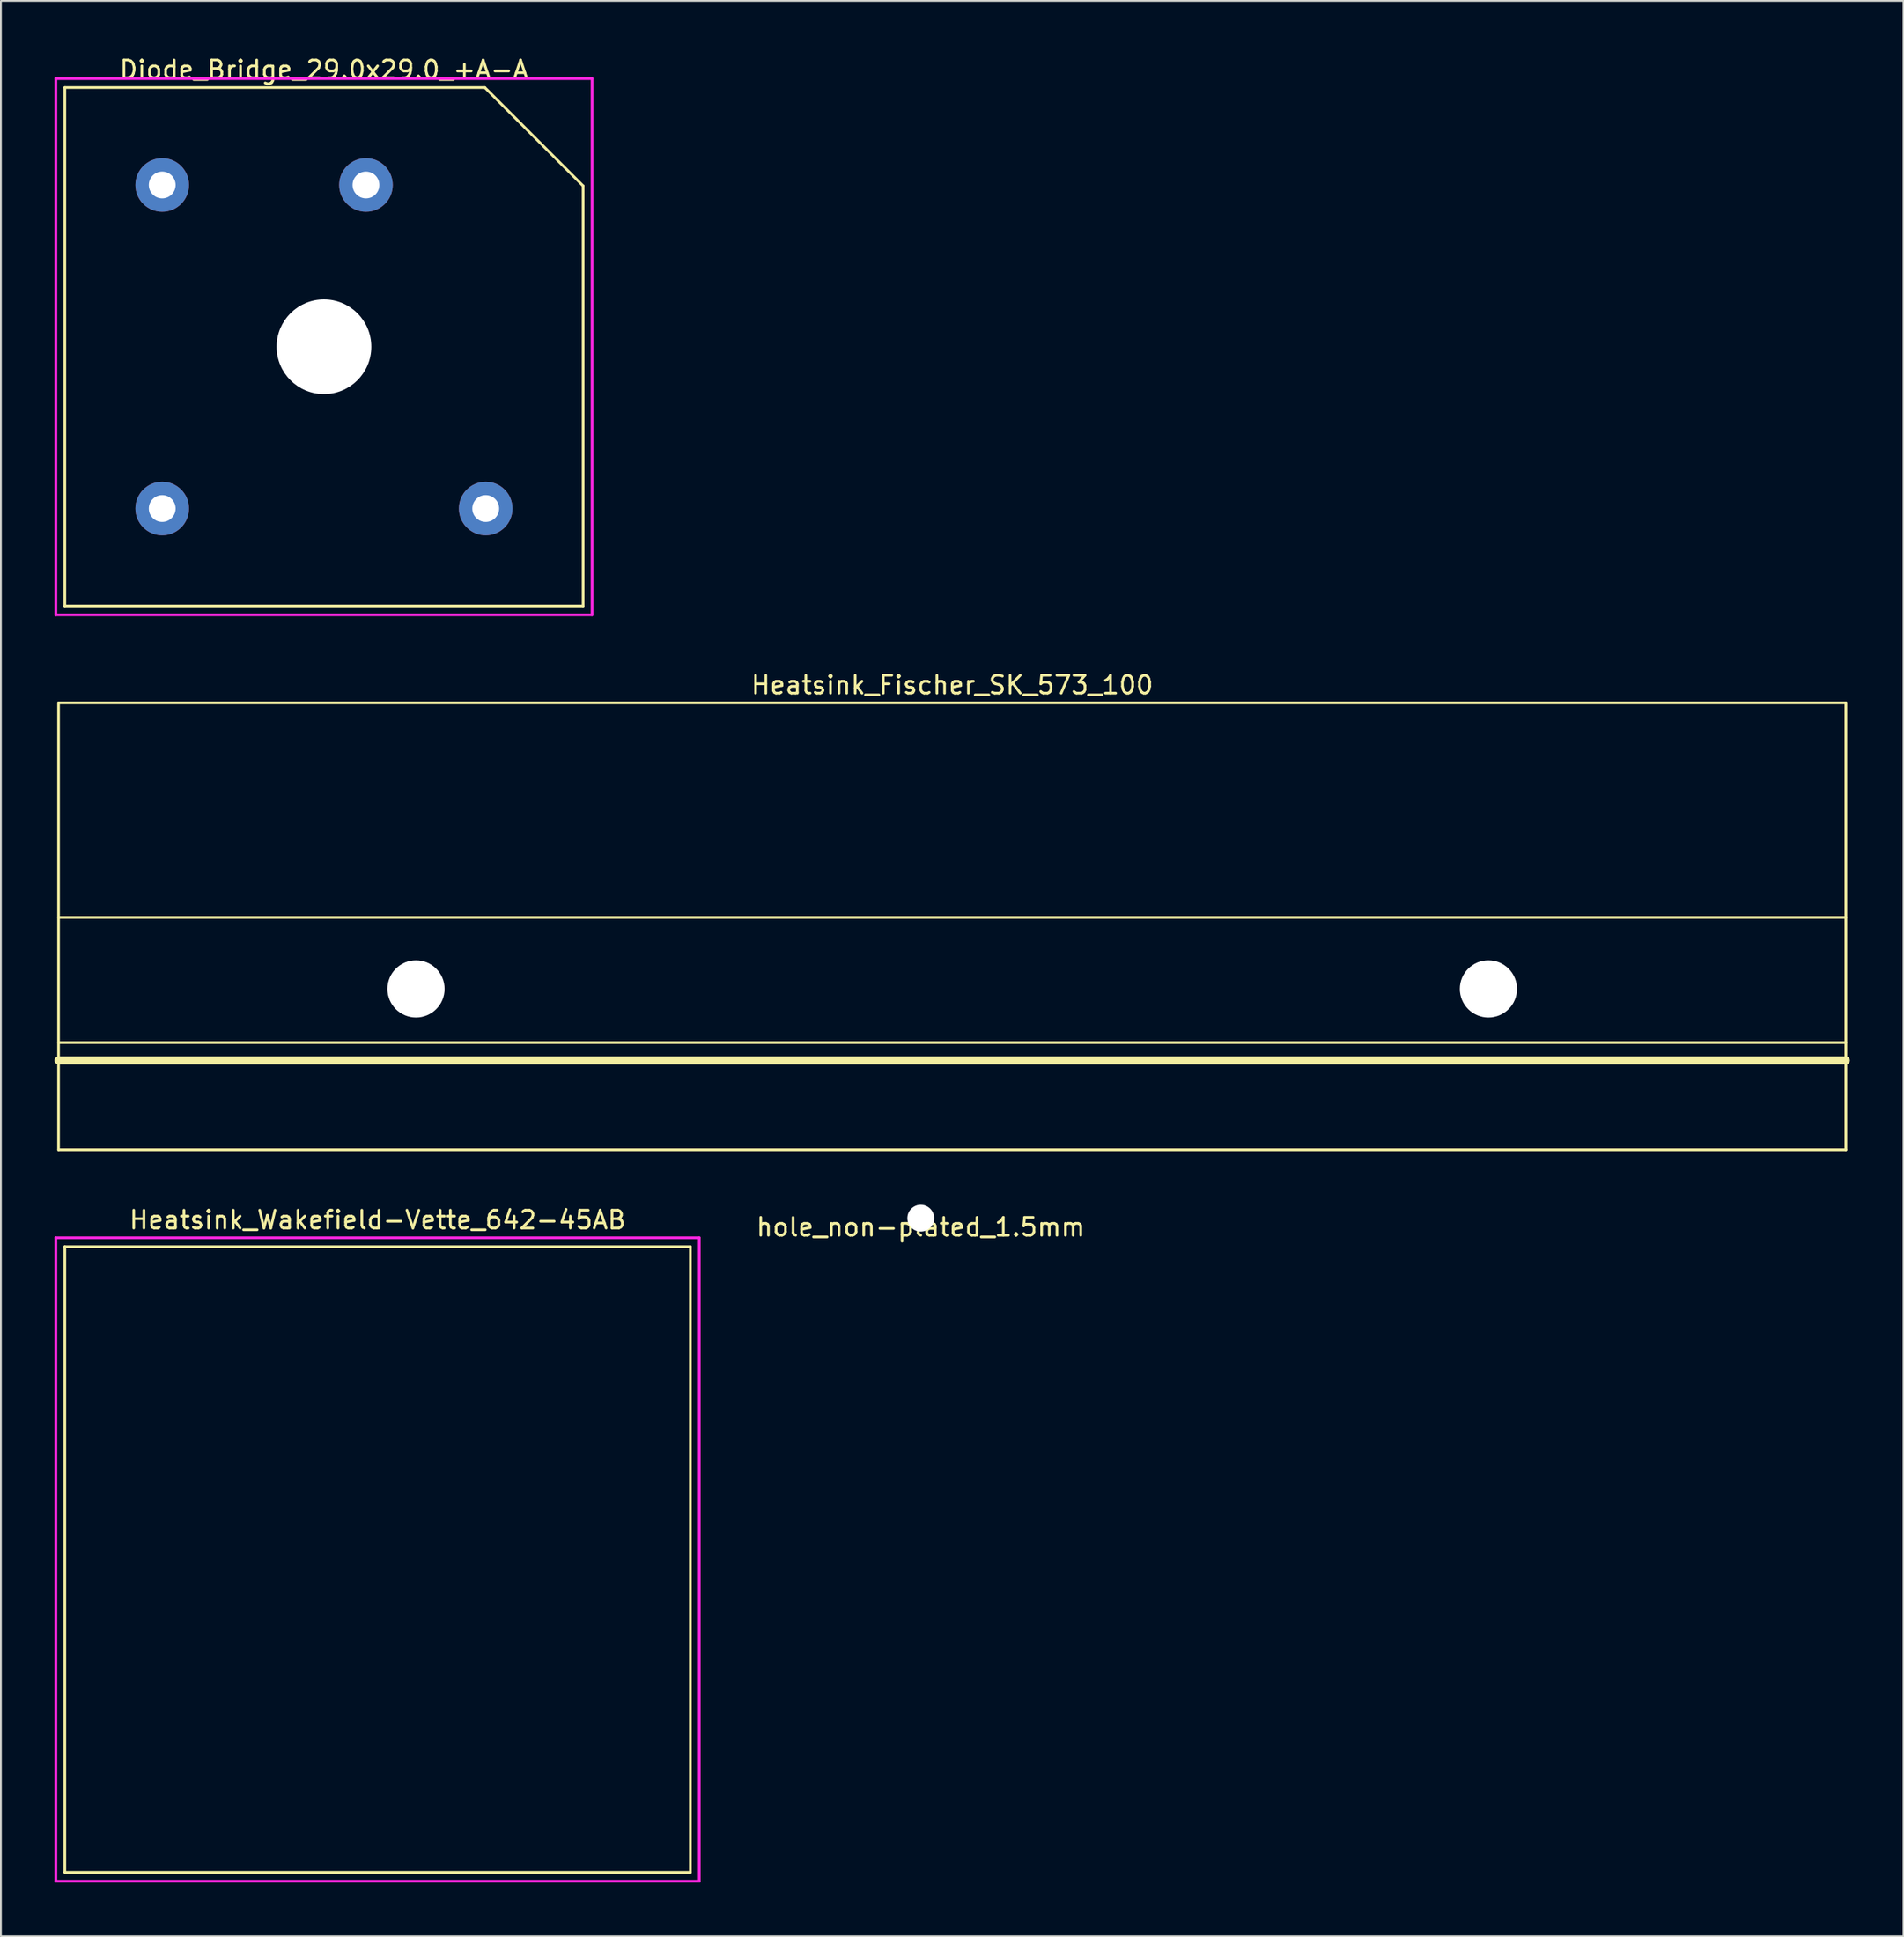
<source format=kicad_pcb>
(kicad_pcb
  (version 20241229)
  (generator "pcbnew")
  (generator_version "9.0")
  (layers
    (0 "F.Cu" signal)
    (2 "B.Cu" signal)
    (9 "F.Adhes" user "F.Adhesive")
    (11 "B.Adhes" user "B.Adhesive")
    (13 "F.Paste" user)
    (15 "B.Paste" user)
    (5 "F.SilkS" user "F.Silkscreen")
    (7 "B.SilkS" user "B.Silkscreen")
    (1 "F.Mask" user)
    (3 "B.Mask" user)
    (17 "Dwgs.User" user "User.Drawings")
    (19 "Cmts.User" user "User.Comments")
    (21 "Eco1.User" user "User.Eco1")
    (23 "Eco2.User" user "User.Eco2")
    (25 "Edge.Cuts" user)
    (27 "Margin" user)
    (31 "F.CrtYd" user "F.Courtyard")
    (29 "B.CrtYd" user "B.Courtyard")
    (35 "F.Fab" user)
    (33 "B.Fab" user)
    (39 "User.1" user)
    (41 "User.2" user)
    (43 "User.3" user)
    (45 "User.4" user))
  (footprint "Heatsink_Wakefield-Vette_642-45AB"
    (layer "F.Cu")
    (at 18.075 84.195)
    (property "Reference" "Heatsink_Wakefield-Vette_642-45AB" (at 0 -19 0) (layer "F.SilkS") (effects (font (size 1 1) (thickness 0.15))))
    (attr through_hole)
    (fp_line (start -17.5 -17.5) (end 17.5 -17.5) (stroke (width 0.15) (type solid)) (layer "F.SilkS"))
    (fp_line (start -17.5 17.5) (end -17.5 -17.5) (stroke (width 0.15) (type solid)) (layer "F.SilkS"))
    (fp_line (start 17.5 -17.5) (end 17.5 17.5) (stroke (width 0.15) (type solid)) (layer "F.SilkS"))
    (fp_line (start 17.5 17.5) (end -17.5 17.5) (stroke (width 0.15) (type solid)) (layer "F.SilkS"))
    (fp_line (start -18 -18) (end 18 -18) (stroke (width 0.15) (type solid)) (layer "F.CrtYd"))
    (fp_line (start -18 18) (end -18 -18) (stroke (width 0.15) (type solid)) (layer "F.CrtYd"))
    (fp_line (start 18 -18) (end 18 18) (stroke (width 0.15) (type solid)) (layer "F.CrtYd"))
    (fp_line (start 18 18) (end -18 18) (stroke (width 0.15) (type solid)) (layer "F.CrtYd")))
  (footprint "hole_non-plated_1.5mm"
    (layer "F.Cu")
    (at 48.465 65.097)
    (property "Reference" "hole_non-plated_1.5mm" (at 0 0.5 0) (layer "F.SilkS") (effects (font (size 1 1) (thickness 0.15))))
    (attr through_hole)
    (pad "" np_thru_hole circle (at 0 0) (size 1.5 1.5) (drill 1.5) (layers "*.Cu" "*.Mask")))
  (footprint "Heatsink_Fischer_SK_573_100"
    (layer "F.Cu")
    (at 50.225 52.272)
    (property "Reference" "Heatsink_Fischer_SK_573_100" (at 0 -17 0) (layer "F.SilkS") (effects (font (size 1 1) (thickness 0.15))))
    (attr through_hole)
    (fp_line (start -50 -16) (end -50 9) (stroke (width 0.15) (type solid)) (layer "F.SilkS"))
    (fp_line (start -50 -16) (end 50 -16) (stroke (width 0.15) (type solid)) (layer "F.SilkS"))
    (fp_line (start -50 -4) (end 50 -4) (stroke (width 0.15) (type solid)) (layer "F.SilkS"))
    (fp_line (start -50 3) (end 50 3) (stroke (width 0.15) (type solid)) (layer "F.SilkS"))
    (fp_line (start -50 9) (end 50 9) (stroke (width 0.15) (type solid)) (layer "F.SilkS"))
    (fp_line (start 50 -16) (end 50 9) (stroke (width 0.15) (type solid)) (layer "F.SilkS"))
    (fp_line (start 50 4) (end -50 4) (stroke (width 0.45) (type solid)) (layer "F.SilkS"))
    (pad "" np_thru_hole circle (at -30 0) (size 3.2 3.2) (drill 3.2) (layers "*.Cu" "*.Mask"))
    (pad "" np_thru_hole circle (at 30 0) (size 3.2 3.2) (drill 3.2) (layers "*.Cu" "*.Mask")))
  (footprint "Diode_Bridge_29.0x29.0_+A-A"
    (layer "F.Cu")
    (at 15.075 16.348)
    (property "Reference" "Diode_Bridge_29.0x29.0_+A-A" (at 0 -15.5 0) (layer "F.SilkS") (effects (font (size 1 1) (thickness 0.15))))
    (attr through_hole)
    (fp_line (start -14.5 -14.5) (end 9 -14.5) (stroke (width 0.15) (type solid)) (layer "F.SilkS"))
    (fp_line (start -14.5 14.5) (end -14.5 -14.5) (stroke (width 0.15) (type solid)) (layer "F.SilkS"))
    (fp_line (start 9 -14.5) (end 14.5 -9) (stroke (width 0.15) (type solid)) (layer "F.SilkS"))
    (fp_line (start 14.5 -9) (end 14.5 14.5) (stroke (width 0.15) (type solid)) (layer "F.SilkS"))
    (fp_line (start 14.5 14.5) (end -14.5 14.5) (stroke (width 0.15) (type solid)) (layer "F.SilkS"))
    (fp_line (start -15 -15) (end -15 15) (stroke (width 0.15) (type solid)) (layer "F.CrtYd"))
    (fp_line (start -15 15) (end 15 15) (stroke (width 0.15) (type solid)) (layer "F.CrtYd"))
    (fp_line (start 15 -15) (end -15 -15) (stroke (width 0.15) (type solid)) (layer "F.CrtYd"))
    (fp_line (start 15 15) (end 15 -15) (stroke (width 0.15) (type solid)) (layer "F.CrtYd"))
    (pad "" np_thru_hole circle (at 0 0) (size 5.3 5.3) (drill 5.3) (layers "*.Cu" "*.Mask"))
    (pad "1" thru_hole circle (at 2.35 -9.05) (size 3 3) (drill 1.5) (layers "*.Cu" "*.Mask"))
    (pad "2" thru_hole circle (at -9.05 -9.05) (size 3 3) (drill 1.5) (layers "*.Cu" "*.Mask"))
    (pad "3" thru_hole circle (at -9.05 9.05) (size 3 3) (drill 1.5) (layers "*.Cu" "*.Mask"))
    (pad "4" thru_hole circle (at 9.05 9.05) (size 3 3) (drill 1.5) (layers "*.Cu" "*.Mask")))
  (gr_rect
    (start -3 -3)
    (end 103.45 105.27)
    (stroke (width 0.1) (type default))
    (fill no)
    (layer "Edge.Cuts")))
</source>
